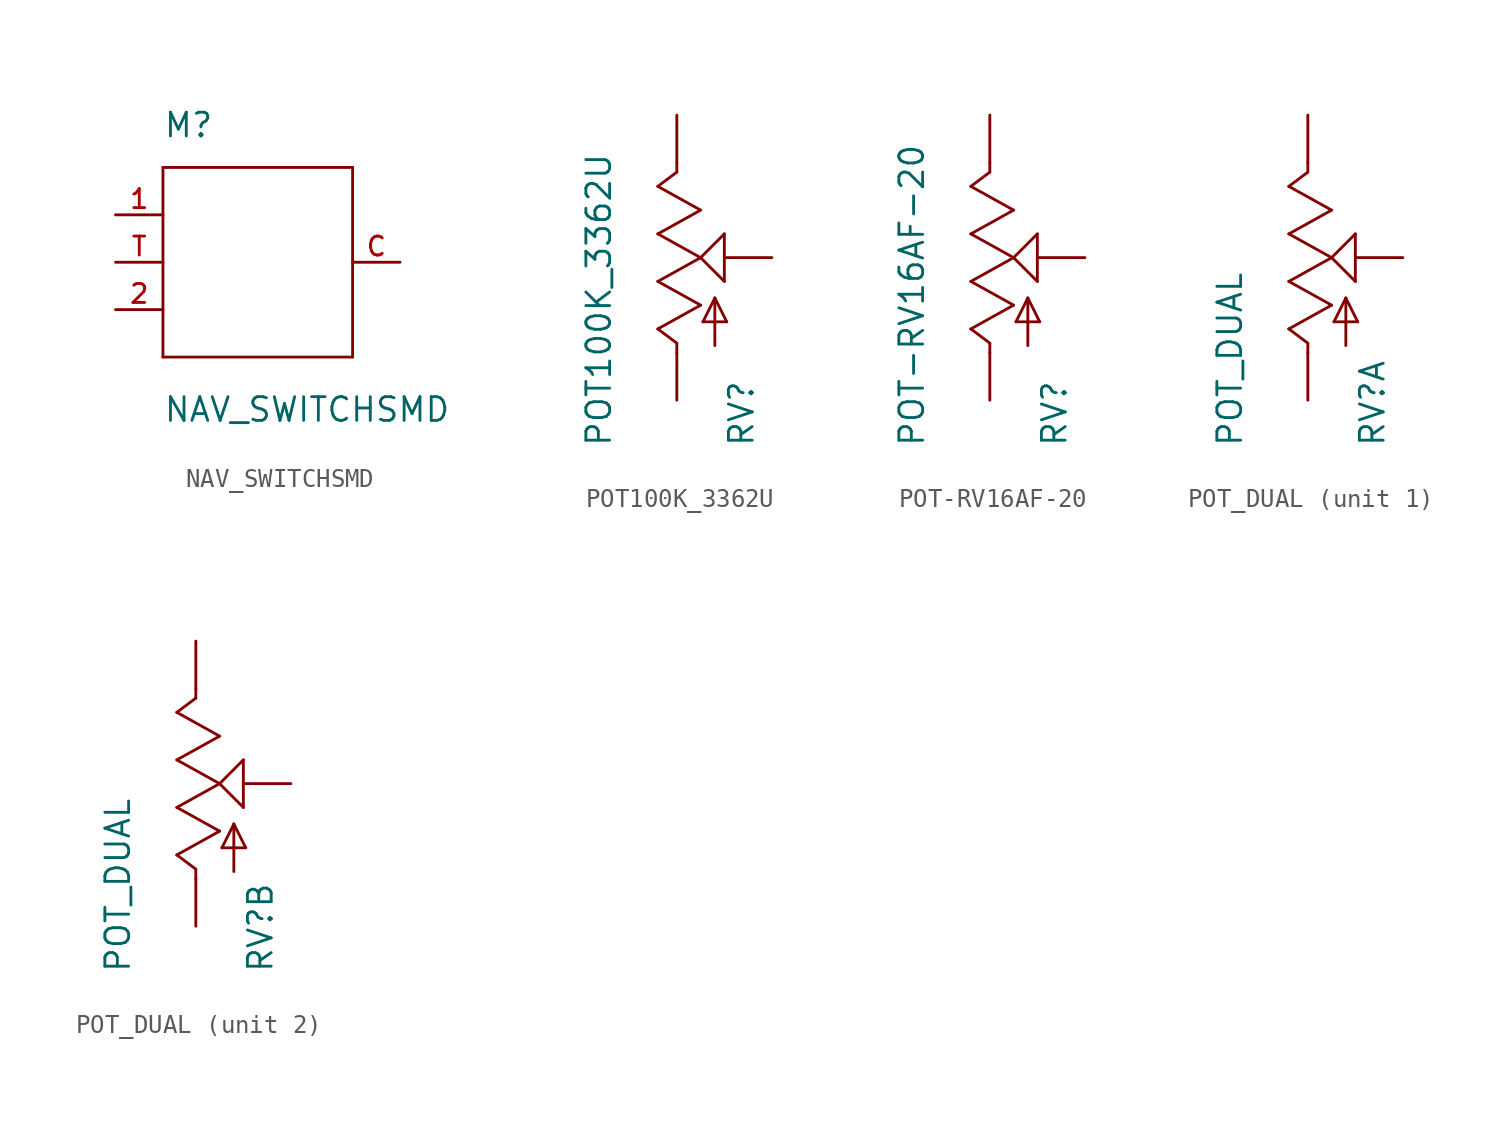
<source format=kicad_sym>
(kicad_symbol_lib
  (version 20211014)
  (generator kicad_symbol_editor)
  (symbol "NAV_SWITCHSMD"
    (pin_names
      (offset 1.016) hide)
    (property "Reference" "M"
      (at -5.08 6.604 0)
      (effects (font (size 1.27 1.27)) (justify left bottom)))
    (property "Value" "NAV_SWITCHSMD"
      (at -5.08 -8.636 0)
      (effects (font (size 1.27 1.27)) (justify left bottom)))
    (property "ki_locked" ""
      (at 0 0 0)
      (effects (font (size 1.27 1.27))))
    (symbol "NAV_SWITCHSMD_1_0"
      (polyline (pts (xy -5.08 -5.08) (xy -5.08 5.08)) (stroke (width 0) (type default) (color 0 0 0 0)) (fill (type none)))
      (polyline (pts (xy -5.08 5.08) (xy 5.08 5.08)) (stroke (width 0) (type default) (color 0 0 0 0)) (fill (type none)))
      (polyline (pts (xy 5.08 -5.08) (xy -5.08 -5.08)) (stroke (width 0) (type default) (color 0 0 0 0)) (fill (type none)))
      (polyline (pts (xy 5.08 5.08) (xy 5.08 -5.08)) (stroke (width 0) (type default) (color 0 0 0 0)) (fill (type none))))
    (symbol "NAV_SWITCHSMD_1_1"
      (pin input line (at -7.62 2.54 0) (length 2.54) (name "1" (effects (font (size 1.016 1.016)))) (number "1" (effects (font (size 1.016 1.016)))))
      (pin input line (at -7.62 -2.54 0) (length 2.54) (name "2" (effects (font (size 1.016 1.016)))) (number "2" (effects (font (size 1.016 1.016)))))
      (pin power_in line (at 7.62 0 180) (length 2.54) (name "C" (effects (font (size 1.016 1.016)))) (number "C" (effects (font (size 1.016 1.016)))))
      (pin input line (at -7.62 0 0) (length 2.54) (name "T" (effects (font (size 1.016 1.016)))) (number "T" (effects (font (size 1.016 1.016)))))))
  (symbol "POT100K_3362U"
    (pin_numbers hide)
    (pin_names
      (offset 1.016) hide)
    (property "Reference" "RV"
      (at 4.191 -10.16 90)
      (effects (font (size 1.27 1.27)) (justify left bottom)))
    (property "Value" "POT100K_3362U"
      (at -3.429 -10.16 90)
      (effects (font (size 1.27 1.27)) (justify left bottom)))
    (property "ki_locked" ""
      (at 0 0 0)
      (effects (font (size 1.27 1.27))))
    (symbol "POT100K_3362U_1_0"
      (polyline (pts (xy -1.016 -3.81) (xy 1.27 -2.54)) (stroke (width 0) (type default) (color 0 0 0 0)) (fill (type none)))
      (polyline (pts (xy -1.016 -1.27) (xy 1.27 0)) (stroke (width 0) (type default) (color 0 0 0 0)) (fill (type none)))
      (polyline (pts (xy -1.016 1.27) (xy 1.27 2.54)) (stroke (width 0) (type default) (color 0 0 0 0)) (fill (type none)))
      (polyline (pts (xy -1.016 3.81) (xy 0 4.572)) (stroke (width 0) (type default) (color 0 0 0 0)) (fill (type none)))
      (polyline (pts (xy 0 -5.08) (xy 0 -4.572)) (stroke (width 0) (type default) (color 0 0 0 0)) (fill (type none)))
      (polyline (pts (xy 0 -4.572) (xy -1.016 -3.81)) (stroke (width 0) (type default) (color 0 0 0 0)) (fill (type none)))
      (polyline (pts (xy 0 4.572) (xy 0 5.08)) (stroke (width 0) (type default) (color 0 0 0 0)) (fill (type none)))
      (polyline (pts (xy 1.27 -2.54) (xy -1.016 -1.27)) (stroke (width 0) (type default) (color 0 0 0 0)) (fill (type none)))
      (polyline (pts (xy 1.27 0) (xy -1.016 1.27)) (stroke (width 0) (type default) (color 0 0 0 0)) (fill (type none)))
      (polyline (pts (xy 1.27 0) (xy 2.54 1.27)) (stroke (width 0) (type default) (color 0 0 0 0)) (fill (type none)))
      (polyline (pts (xy 1.27 2.54) (xy -1.016 3.81)) (stroke (width 0) (type default) (color 0 0 0 0)) (fill (type none)))
      (polyline (pts (xy 1.397 -3.429) (xy 2.032 -2.159)) (stroke (width 0) (type default) (color 0 0 0 0)) (fill (type none)))
      (polyline (pts (xy 2.032 -4.699) (xy 2.032 -2.159)) (stroke (width 0) (type default) (color 0 0 0 0)) (fill (type none)))
      (polyline (pts (xy 2.032 -2.159) (xy 2.667 -3.429)) (stroke (width 0) (type default) (color 0 0 0 0)) (fill (type none)))
      (polyline (pts (xy 2.54 -1.27) (xy 1.27 0)) (stroke (width 0) (type default) (color 0 0 0 0)) (fill (type none)))
      (polyline (pts (xy 2.54 1.27) (xy 2.54 -1.27)) (stroke (width 0) (type default) (color 0 0 0 0)) (fill (type none)))
      (polyline (pts (xy 2.667 -3.429) (xy 1.397 -3.429)) (stroke (width 0) (type default) (color 0 0 0 0)) (fill (type none))))
    (symbol "POT100K_3362U_1_1"
      (pin passive line (at 0 7.62 270) (length 2.54) (name "E" (effects (font (size 1.016 1.016)))) (number "P$1" (effects (font (size 1.016 1.016)))))
      (pin passive line (at 5.08 0 180) (length 2.54) (name "S" (effects (font (size 1.016 1.016)))) (number "P$2" (effects (font (size 1.016 1.016)))))
      (pin passive line (at 0 -7.62 90) (length 2.54) (name "A" (effects (font (size 1.016 1.016)))) (number "P$3" (effects (font (size 1.016 1.016)))))))
  (symbol "POT-RV16AF-20"
    (pin_numbers hide)
    (pin_names
      (offset 1.016) hide)
    (property "Reference" "RV"
      (at 4.191 -10.16 90)
      (effects (font (size 1.27 1.27)) (justify left bottom)))
    (property "Value" "POT-RV16AF-20"
      (at -3.429 -10.16 90)
      (effects (font (size 1.27 1.27)) (justify left bottom)))
    (property "ki_locked" ""
      (at 0 0 0)
      (effects (font (size 1.27 1.27))))
    (symbol "POT-RV16AF-20_1_0"
      (polyline (pts (xy -1.016 -3.81) (xy 1.27 -2.54)) (stroke (width 0) (type default) (color 0 0 0 0)) (fill (type none)))
      (polyline (pts (xy -1.016 -1.27) (xy 1.27 0)) (stroke (width 0) (type default) (color 0 0 0 0)) (fill (type none)))
      (polyline (pts (xy -1.016 1.27) (xy 1.27 2.54)) (stroke (width 0) (type default) (color 0 0 0 0)) (fill (type none)))
      (polyline (pts (xy -1.016 3.81) (xy 0 4.572)) (stroke (width 0) (type default) (color 0 0 0 0)) (fill (type none)))
      (polyline (pts (xy 0 -5.08) (xy 0 -4.572)) (stroke (width 0) (type default) (color 0 0 0 0)) (fill (type none)))
      (polyline (pts (xy 0 -4.572) (xy -1.016 -3.81)) (stroke (width 0) (type default) (color 0 0 0 0)) (fill (type none)))
      (polyline (pts (xy 0 4.572) (xy 0 5.08)) (stroke (width 0) (type default) (color 0 0 0 0)) (fill (type none)))
      (polyline (pts (xy 1.27 -2.54) (xy -1.016 -1.27)) (stroke (width 0) (type default) (color 0 0 0 0)) (fill (type none)))
      (polyline (pts (xy 1.27 0) (xy -1.016 1.27)) (stroke (width 0) (type default) (color 0 0 0 0)) (fill (type none)))
      (polyline (pts (xy 1.27 0) (xy 2.54 1.27)) (stroke (width 0) (type default) (color 0 0 0 0)) (fill (type none)))
      (polyline (pts (xy 1.27 2.54) (xy -1.016 3.81)) (stroke (width 0) (type default) (color 0 0 0 0)) (fill (type none)))
      (polyline (pts (xy 1.397 -3.429) (xy 2.032 -2.159)) (stroke (width 0) (type default) (color 0 0 0 0)) (fill (type none)))
      (polyline (pts (xy 2.032 -4.699) (xy 2.032 -2.159)) (stroke (width 0) (type default) (color 0 0 0 0)) (fill (type none)))
      (polyline (pts (xy 2.032 -2.159) (xy 2.667 -3.429)) (stroke (width 0) (type default) (color 0 0 0 0)) (fill (type none)))
      (polyline (pts (xy 2.54 -1.27) (xy 1.27 0)) (stroke (width 0) (type default) (color 0 0 0 0)) (fill (type none)))
      (polyline (pts (xy 2.54 1.27) (xy 2.54 -1.27)) (stroke (width 0) (type default) (color 0 0 0 0)) (fill (type none)))
      (polyline (pts (xy 2.667 -3.429) (xy 1.397 -3.429)) (stroke (width 0) (type default) (color 0 0 0 0)) (fill (type none))))
    (symbol "POT-RV16AF-20_1_1"
      (pin passive line (at 0 -7.62 90) (length 2.54) (name "A" (effects (font (size 1.016 1.016)))) (number "1" (effects (font (size 1.016 1.016)))))
      (pin passive line (at 5.08 0 180) (length 2.54) (name "S" (effects (font (size 1.016 1.016)))) (number "2" (effects (font (size 1.016 1.016)))))
      (pin passive line (at 0 7.62 270) (length 2.54) (name "E" (effects (font (size 1.016 1.016)))) (number "3" (effects (font (size 1.016 1.016)))))))
  (symbol "POT_DUAL"
    (pin_numbers hide)
    (pin_names
      (offset 1.016) hide)
    (property "Reference" "RV"
      (at 4.191 -10.16 90)
      (effects (font (size 1.27 1.27)) (justify left bottom)))
    (property "Value" "POT_DUAL"
      (at -3.429 -10.16 90)
      (effects (font (size 1.27 1.27)) (justify left bottom)))
    (property "ki_locked" ""
      (at 0 0 0)
      (effects (font (size 1.27 1.27))))
    (symbol "POT_DUAL_1_0"
      (polyline (pts (xy -1.016 -3.81) (xy 1.27 -2.54)) (stroke (width 0) (type default) (color 0 0 0 0)) (fill (type none)))
      (polyline (pts (xy -1.016 -1.27) (xy 1.27 0)) (stroke (width 0) (type default) (color 0 0 0 0)) (fill (type none)))
      (polyline (pts (xy -1.016 1.27) (xy 1.27 2.54)) (stroke (width 0) (type default) (color 0 0 0 0)) (fill (type none)))
      (polyline (pts (xy -1.016 3.81) (xy 0 4.572)) (stroke (width 0) (type default) (color 0 0 0 0)) (fill (type none)))
      (polyline (pts (xy 0 -5.08) (xy 0 -4.572)) (stroke (width 0) (type default) (color 0 0 0 0)) (fill (type none)))
      (polyline (pts (xy 0 -4.572) (xy -1.016 -3.81)) (stroke (width 0) (type default) (color 0 0 0 0)) (fill (type none)))
      (polyline (pts (xy 0 4.572) (xy 0 5.08)) (stroke (width 0) (type default) (color 0 0 0 0)) (fill (type none)))
      (polyline (pts (xy 1.27 -2.54) (xy -1.016 -1.27)) (stroke (width 0) (type default) (color 0 0 0 0)) (fill (type none)))
      (polyline (pts (xy 1.27 0) (xy -1.016 1.27)) (stroke (width 0) (type default) (color 0 0 0 0)) (fill (type none)))
      (polyline (pts (xy 1.27 0) (xy 2.54 1.27)) (stroke (width 0) (type default) (color 0 0 0 0)) (fill (type none)))
      (polyline (pts (xy 1.27 2.54) (xy -1.016 3.81)) (stroke (width 0) (type default) (color 0 0 0 0)) (fill (type none)))
      (polyline (pts (xy 1.397 -3.429) (xy 2.032 -2.159)) (stroke (width 0) (type default) (color 0 0 0 0)) (fill (type none)))
      (polyline (pts (xy 2.032 -4.699) (xy 2.032 -2.159)) (stroke (width 0) (type default) (color 0 0 0 0)) (fill (type none)))
      (polyline (pts (xy 2.032 -2.159) (xy 2.667 -3.429)) (stroke (width 0) (type default) (color 0 0 0 0)) (fill (type none)))
      (polyline (pts (xy 2.54 -1.27) (xy 1.27 0)) (stroke (width 0) (type default) (color 0 0 0 0)) (fill (type none)))
      (polyline (pts (xy 2.54 1.27) (xy 2.54 -1.27)) (stroke (width 0) (type default) (color 0 0 0 0)) (fill (type none)))
      (polyline (pts (xy 2.667 -3.429) (xy 1.397 -3.429)) (stroke (width 0) (type default) (color 0 0 0 0)) (fill (type none))))
    (symbol "POT_DUAL_1_1"
      (pin passive line (at 0 7.62 270) (length 2.54) (name "E" (effects (font (size 1.016 1.016)))) (number "A1" (effects (font (size 1.016 1.016)))))
      (pin passive line (at 5.08 0 180) (length 2.54) (name "S" (effects (font (size 1.016 1.016)))) (number "A2" (effects (font (size 1.016 1.016)))))
      (pin passive line (at 0 -7.62 90) (length 2.54) (name "A" (effects (font (size 1.016 1.016)))) (number "A3" (effects (font (size 1.016 1.016))))))
    (symbol "POT_DUAL_2_0"
      (polyline (pts (xy -1.016 -3.81) (xy 1.27 -2.54)) (stroke (width 0) (type default) (color 0 0 0 0)) (fill (type none)))
      (polyline (pts (xy -1.016 -1.27) (xy 1.27 0)) (stroke (width 0) (type default) (color 0 0 0 0)) (fill (type none)))
      (polyline (pts (xy -1.016 1.27) (xy 1.27 2.54)) (stroke (width 0) (type default) (color 0 0 0 0)) (fill (type none)))
      (polyline (pts (xy -1.016 3.81) (xy 0 4.572)) (stroke (width 0) (type default) (color 0 0 0 0)) (fill (type none)))
      (polyline (pts (xy 0 -5.08) (xy 0 -4.572)) (stroke (width 0) (type default) (color 0 0 0 0)) (fill (type none)))
      (polyline (pts (xy 0 -4.572) (xy -1.016 -3.81)) (stroke (width 0) (type default) (color 0 0 0 0)) (fill (type none)))
      (polyline (pts (xy 0 4.572) (xy 0 5.08)) (stroke (width 0) (type default) (color 0 0 0 0)) (fill (type none)))
      (polyline (pts (xy 1.27 -2.54) (xy -1.016 -1.27)) (stroke (width 0) (type default) (color 0 0 0 0)) (fill (type none)))
      (polyline (pts (xy 1.27 0) (xy -1.016 1.27)) (stroke (width 0) (type default) (color 0 0 0 0)) (fill (type none)))
      (polyline (pts (xy 1.27 0) (xy 2.54 1.27)) (stroke (width 0) (type default) (color 0 0 0 0)) (fill (type none)))
      (polyline (pts (xy 1.27 2.54) (xy -1.016 3.81)) (stroke (width 0) (type default) (color 0 0 0 0)) (fill (type none)))
      (polyline (pts (xy 1.397 -3.429) (xy 2.032 -2.159)) (stroke (width 0) (type default) (color 0 0 0 0)) (fill (type none)))
      (polyline (pts (xy 2.032 -4.699) (xy 2.032 -2.159)) (stroke (width 0) (type default) (color 0 0 0 0)) (fill (type none)))
      (polyline (pts (xy 2.032 -2.159) (xy 2.667 -3.429)) (stroke (width 0) (type default) (color 0 0 0 0)) (fill (type none)))
      (polyline (pts (xy 2.54 -1.27) (xy 1.27 0)) (stroke (width 0) (type default) (color 0 0 0 0)) (fill (type none)))
      (polyline (pts (xy 2.54 1.27) (xy 2.54 -1.27)) (stroke (width 0) (type default) (color 0 0 0 0)) (fill (type none)))
      (polyline (pts (xy 2.667 -3.429) (xy 1.397 -3.429)) (stroke (width 0) (type default) (color 0 0 0 0)) (fill (type none))))
    (symbol "POT_DUAL_2_1"
      (pin passive line (at 0 7.62 270) (length 2.54) (name "E" (effects (font (size 1.016 1.016)))) (number "B1" (effects (font (size 1.016 1.016)))))
      (pin passive line (at 5.08 0 180) (length 2.54) (name "S" (effects (font (size 1.016 1.016)))) (number "B2" (effects (font (size 1.016 1.016)))))
      (pin passive line (at 0 -7.62 90) (length 2.54) (name "A" (effects (font (size 1.016 1.016)))) (number "B3" (effects (font (size 1.016 1.016))))))))
</source>
